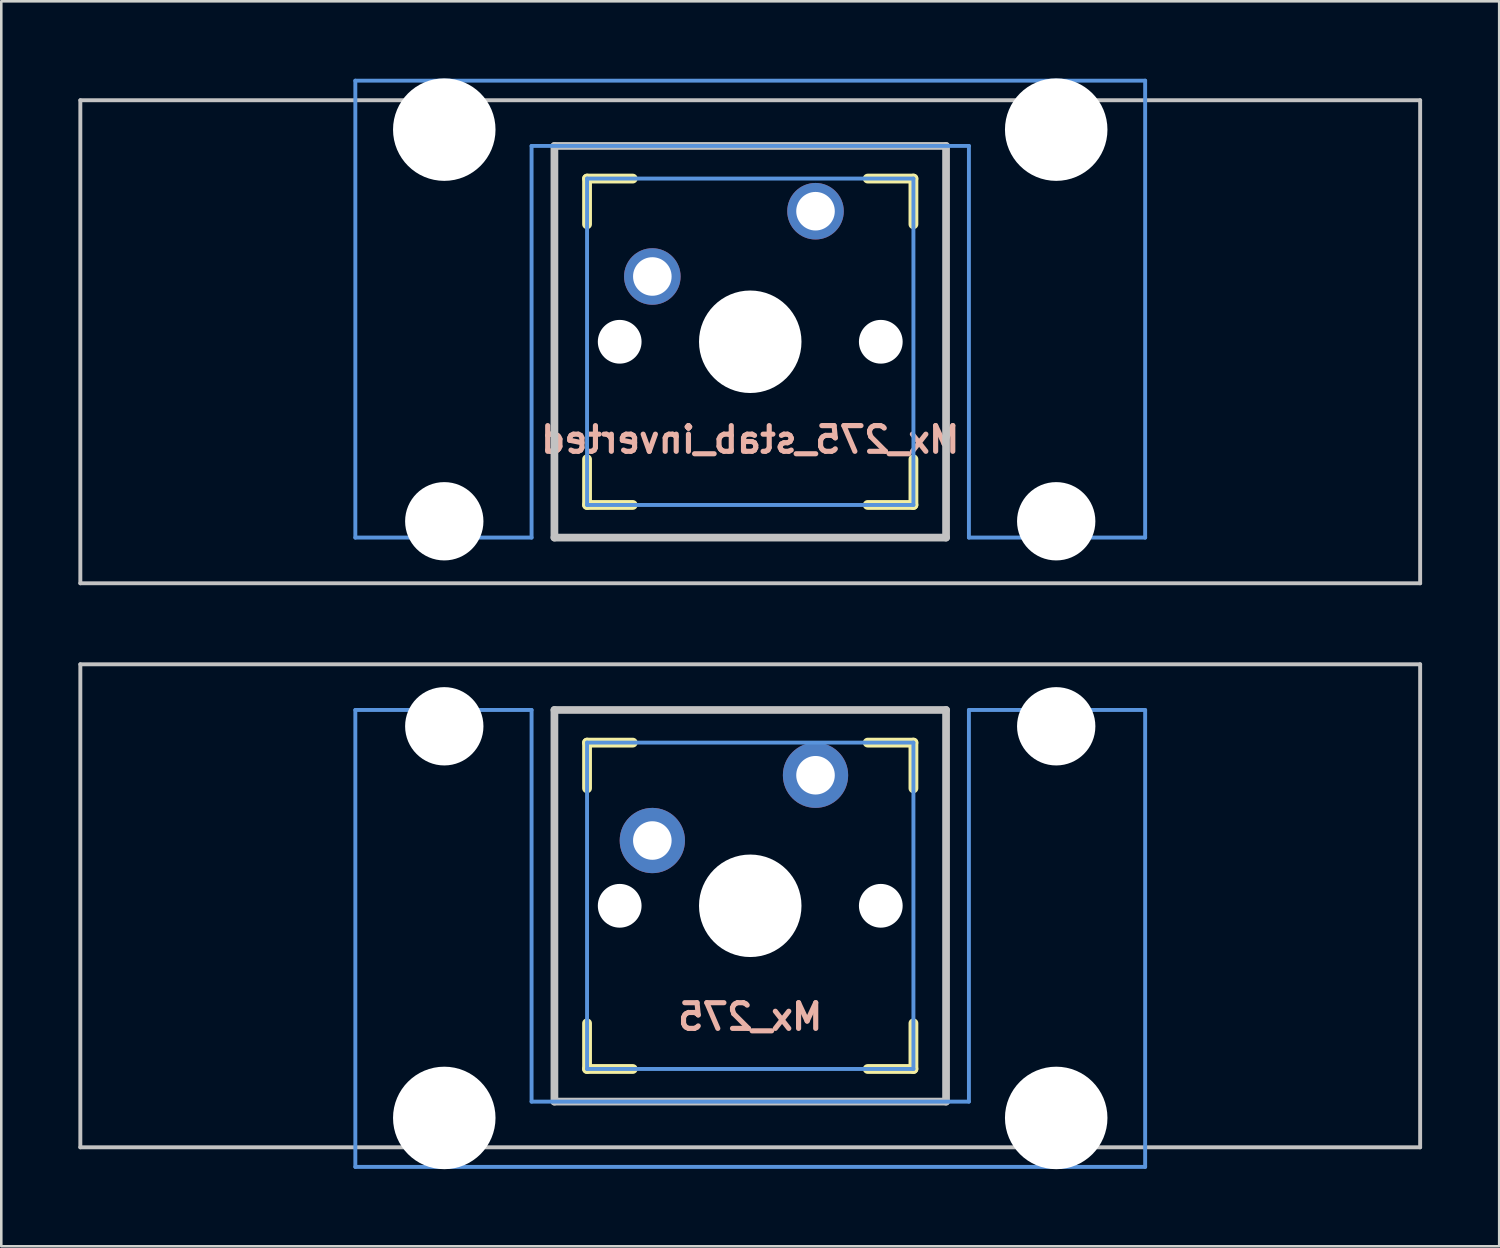
<source format=kicad_pcb>
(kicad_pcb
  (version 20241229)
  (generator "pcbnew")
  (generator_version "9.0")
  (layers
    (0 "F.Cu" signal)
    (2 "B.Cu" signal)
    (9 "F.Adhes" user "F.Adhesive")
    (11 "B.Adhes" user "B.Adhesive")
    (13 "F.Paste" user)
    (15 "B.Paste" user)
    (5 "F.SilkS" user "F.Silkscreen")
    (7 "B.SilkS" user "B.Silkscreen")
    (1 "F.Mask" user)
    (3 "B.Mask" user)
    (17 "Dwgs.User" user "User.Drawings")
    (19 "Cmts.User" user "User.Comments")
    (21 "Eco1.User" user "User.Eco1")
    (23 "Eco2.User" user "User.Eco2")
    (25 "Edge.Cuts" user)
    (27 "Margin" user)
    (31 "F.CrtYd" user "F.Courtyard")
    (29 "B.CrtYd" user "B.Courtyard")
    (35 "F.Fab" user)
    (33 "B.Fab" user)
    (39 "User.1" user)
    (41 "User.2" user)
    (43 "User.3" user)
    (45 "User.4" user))
  (footprint "Mx_275"
    (layer "F.Cu")
    (at 26.144 32.197)
    (property "Reference" "Mx_275" (at 0 4.318 0) (layer "B.SilkS") (effects (font (size 1 1) (thickness 0.2)) (justify mirror)))
    (attr through_hole)
    (fp_line (start -6.35 -6.35) (end -4.572 -6.35) (stroke (width 0.381) (type solid)) (layer "F.SilkS"))
    (fp_line (start -6.35 -4.572) (end -6.35 -6.35) (stroke (width 0.381) (type solid)) (layer "F.SilkS"))
    (fp_line (start -6.35 6.35) (end -6.35 4.572) (stroke (width 0.381) (type solid)) (layer "F.SilkS"))
    (fp_line (start -4.572 6.35) (end -6.35 6.35) (stroke (width 0.381) (type solid)) (layer "F.SilkS"))
    (fp_line (start 4.572 -6.35) (end 6.35 -6.35) (stroke (width 0.381) (type solid)) (layer "F.SilkS"))
    (fp_line (start 6.35 -6.35) (end 6.35 -4.572) (stroke (width 0.381) (type solid)) (layer "F.SilkS"))
    (fp_line (start 6.35 4.572) (end 6.35 6.35) (stroke (width 0.381) (type solid)) (layer "F.SilkS"))
    (fp_line (start 6.35 6.35) (end 4.572 6.35) (stroke (width 0.381) (type solid)) (layer "F.SilkS"))
    (fp_line (start -26.068 -9.398) (end 26.068 -9.398) (stroke (width 0.152) (type solid)) (layer "Dwgs.User"))
    (fp_line (start -26.068 9.398) (end -26.068 -9.398) (stroke (width 0.152) (type solid)) (layer "Dwgs.User"))
    (fp_line (start -7.62 -7.62) (end 7.62 -7.62) (stroke (width 0.3) (type solid)) (layer "Dwgs.User"))
    (fp_line (start -7.62 7.62) (end -7.62 -7.62) (stroke (width 0.3) (type solid)) (layer "Dwgs.User"))
    (fp_line (start 7.62 -7.62) (end 7.62 7.62) (stroke (width 0.3) (type solid)) (layer "Dwgs.User"))
    (fp_line (start 7.62 7.62) (end -7.62 7.62) (stroke (width 0.3) (type solid)) (layer "Dwgs.User"))
    (fp_line (start 26.068 -9.398) (end 26.068 9.398) (stroke (width 0.152) (type solid)) (layer "Dwgs.User"))
    (fp_line (start 26.068 9.398) (end -26.068 9.398) (stroke (width 0.152) (type solid)) (layer "Dwgs.User"))
    (fp_line (start -15.367 -7.62) (end -15.367 10.16) (stroke (width 0.152) (type solid)) (layer "Cmts.User"))
    (fp_line (start -15.367 10.16) (end 15.367 10.16) (stroke (width 0.152) (type solid)) (layer "Cmts.User"))
    (fp_line (start -8.509 -7.62) (end -15.367 -7.62) (stroke (width 0.152) (type solid)) (layer "Cmts.User"))
    (fp_line (start -8.509 7.62) (end -8.509 -7.62) (stroke (width 0.152) (type solid)) (layer "Cmts.User"))
    (fp_line (start -6.35 -6.35) (end 6.35 -6.35) (stroke (width 0.152) (type solid)) (layer "Cmts.User"))
    (fp_line (start -6.35 6.35) (end -6.35 -6.35) (stroke (width 0.152) (type solid)) (layer "Cmts.User"))
    (fp_line (start 6.35 -6.35) (end 6.35 6.35) (stroke (width 0.152) (type solid)) (layer "Cmts.User"))
    (fp_line (start 6.35 6.35) (end -6.35 6.35) (stroke (width 0.152) (type solid)) (layer "Cmts.User"))
    (fp_line (start 8.509 -7.62) (end 8.509 7.62) (stroke (width 0.152) (type solid)) (layer "Cmts.User"))
    (fp_line (start 8.509 7.62) (end -8.509 7.62) (stroke (width 0.152) (type solid)) (layer "Cmts.User"))
    (fp_line (start 15.367 -7.62) (end 8.509 -7.62) (stroke (width 0.152) (type solid)) (layer "Cmts.User"))
    (fp_line (start 15.367 10.16) (end 15.367 -7.62) (stroke (width 0.152) (type solid)) (layer "Cmts.User"))
    (fp_line (start -16.129 -2.286) (end -15.265 -2.286) (stroke (width 0.152) (type solid)) (layer "Eco2.User"))
    (fp_line (start -16.129 0.508) (end -16.129 -2.286) (stroke (width 0.152) (type solid)) (layer "Eco2.User"))
    (fp_line (start -15.265 -5.69) (end -8.611 -5.69) (stroke (width 0.152) (type solid)) (layer "Eco2.User"))
    (fp_line (start -15.265 -2.286) (end -15.265 -5.69) (stroke (width 0.152) (type solid)) (layer "Eco2.User"))
    (fp_line (start -15.265 0.508) (end -16.129 0.508) (stroke (width 0.152) (type solid)) (layer "Eco2.User"))
    (fp_line (start -15.265 6.604) (end -15.265 0.508) (stroke (width 0.152) (type solid)) (layer "Eco2.User"))
    (fp_line (start -14.224 6.604) (end -15.265 6.604) (stroke (width 0.152) (type solid)) (layer "Eco2.User"))
    (fp_line (start -14.224 7.772) (end -14.224 6.604) (stroke (width 0.152) (type solid)) (layer "Eco2.User"))
    (fp_line (start -9.652 6.604) (end -9.652 7.772) (stroke (width 0.152) (type solid)) (layer "Eco2.User"))
    (fp_line (start -9.652 7.772) (end -14.224 7.772) (stroke (width 0.152) (type solid)) (layer "Eco2.User"))
    (fp_line (start -8.611 -5.69) (end -8.611 -4.877) (stroke (width 0.152) (type solid)) (layer "Eco2.User"))
    (fp_line (start -8.611 -4.877) (end -6.985 -4.877) (stroke (width 0.152) (type solid)) (layer "Eco2.User"))
    (fp_line (start -8.611 5.817) (end -8.611 6.604) (stroke (width 0.152) (type solid)) (layer "Eco2.User"))
    (fp_line (start -8.611 6.604) (end -9.652 6.604) (stroke (width 0.152) (type solid)) (layer "Eco2.User"))
    (fp_line (start -6.985 -6.985) (end 6.985 -6.985) (stroke (width 0.152) (type solid)) (layer "Eco2.User"))
    (fp_line (start -6.985 -6.985) (end 6.985 -6.985) (stroke (width 0.152) (type solid)) (layer "Eco2.User"))
    (fp_line (start -6.985 -4.877) (end -6.985 -6.985) (stroke (width 0.152) (type solid)) (layer "Eco2.User"))
    (fp_line (start -6.985 5.817) (end -8.611 5.817) (stroke (width 0.152) (type solid)) (layer "Eco2.User"))
    (fp_line (start -6.985 6.985) (end -6.985 -6.985) (stroke (width 0.152) (type solid)) (layer "Eco2.User"))
    (fp_line (start -6.985 6.985) (end -6.985 5.817) (stroke (width 0.152) (type solid)) (layer "Eco2.User"))
    (fp_line (start 6.985 -6.985) (end 6.985 -4.877) (stroke (width 0.152) (type solid)) (layer "Eco2.User"))
    (fp_line (start 6.985 -6.985) (end 6.985 6.985) (stroke (width 0.152) (type solid)) (layer "Eco2.User"))
    (fp_line (start 6.985 -4.877) (end 8.611 -4.877) (stroke (width 0.152) (type solid)) (layer "Eco2.User"))
    (fp_line (start 6.985 5.817) (end 6.985 6.985) (stroke (width 0.152) (type solid)) (layer "Eco2.User"))
    (fp_line (start 6.985 6.985) (end -6.985 6.985) (stroke (width 0.152) (type solid)) (layer "Eco2.User"))
    (fp_line (start 6.985 6.985) (end -6.985 6.985) (stroke (width 0.152) (type solid)) (layer "Eco2.User"))
    (fp_line (start 8.611 -5.69) (end 15.265 -5.69) (stroke (width 0.152) (type solid)) (layer "Eco2.User"))
    (fp_line (start 8.611 -4.877) (end 8.611 -5.69) (stroke (width 0.152) (type solid)) (layer "Eco2.User"))
    (fp_line (start 8.611 5.817) (end 6.985 5.817) (stroke (width 0.152) (type solid)) (layer "Eco2.User"))
    (fp_line (start 8.611 6.604) (end 8.611 5.817) (stroke (width 0.152) (type solid)) (layer "Eco2.User"))
    (fp_line (start 9.652 6.604) (end 8.611 6.604) (stroke (width 0.152) (type solid)) (layer "Eco2.User"))
    (fp_line (start 9.652 7.772) (end 9.652 6.604) (stroke (width 0.152) (type solid)) (layer "Eco2.User"))
    (fp_line (start 14.224 6.604) (end 14.224 7.772) (stroke (width 0.152) (type solid)) (layer "Eco2.User"))
    (fp_line (start 14.224 7.772) (end 9.652 7.772) (stroke (width 0.152) (type solid)) (layer "Eco2.User"))
    (fp_line (start 15.265 -5.69) (end 15.265 -2.286) (stroke (width 0.152) (type solid)) (layer "Eco2.User"))
    (fp_line (start 15.265 -2.286) (end 16.129 -2.286) (stroke (width 0.152) (type solid)) (layer "Eco2.User"))
    (fp_line (start 15.265 0.508) (end 15.265 6.604) (stroke (width 0.152) (type solid)) (layer "Eco2.User"))
    (fp_line (start 15.265 6.604) (end 14.224 6.604) (stroke (width 0.152) (type solid)) (layer "Eco2.User"))
    (fp_line (start 16.129 -2.286) (end 16.129 0.508) (stroke (width 0.152) (type solid)) (layer "Eco2.User"))
    (fp_line (start 16.129 0.508) (end 15.265 0.508) (stroke (width 0.152) (type solid)) (layer "Eco2.User"))
    (pad "" np_thru_hole circle (at -11.906 -6.985) (size 3.048 3.048) (drill 3.048) (layers "*.Cu" "*.Mask"))
    (pad "" np_thru_hole circle (at -11.906 8.255) (size 3.988 3.988) (drill 3.988) (layers "*.Cu" "*.Mask"))
    (pad "" np_thru_hole circle (at -5.08 0) (size 1.702 1.702) (drill 1.702) (layers "*.Cu" "*.Mask"))
    (pad "" np_thru_hole circle (at 0 0) (size 3.988 3.988) (drill 3.988) (layers "*.Cu" "*.Mask"))
    (pad "" np_thru_hole circle (at 5.08 0) (size 1.702 1.702) (drill 1.702) (layers "*.Cu" "*.Mask"))
    (pad "" np_thru_hole circle (at 11.906 -6.985) (size 3.048 3.048) (drill 3.048) (layers "*.Cu" "*.Mask"))
    (pad "" np_thru_hole circle (at 11.906 8.255) (size 3.988 3.988) (drill 3.988) (layers "*.Cu" "*.Mask"))
    (pad "1" thru_hole circle (at 2.54 -5.08) (size 2.54 2.54) (drill 1.5) (layers "*.Cu" "*.Mask"))
    (pad "2" thru_hole circle (at -3.81 -2.54) (size 2.54 2.54) (drill 1.5) (layers "*.Cu" "*.Mask")))
  (footprint "Mx_275_stab_inverted"
    (layer "F.Cu")
    (at 26.144 10.249)
    (property "Reference" "Mx_275_stab_inverted" (at 0 3.81 180) (layer "B.SilkS") (effects (font (size 1 1) (thickness 0.2)) (justify mirror)))
    (attr through_hole)
    (fp_line (start -6.35 -6.35) (end -4.572 -6.35) (stroke (width 0.381) (type solid)) (layer "F.SilkS"))
    (fp_line (start -6.35 -4.572) (end -6.35 -6.35) (stroke (width 0.381) (type solid)) (layer "F.SilkS"))
    (fp_line (start -6.35 6.35) (end -6.35 4.572) (stroke (width 0.381) (type solid)) (layer "F.SilkS"))
    (fp_line (start -4.572 6.35) (end -6.35 6.35) (stroke (width 0.381) (type solid)) (layer "F.SilkS"))
    (fp_line (start 4.572 -6.35) (end 6.35 -6.35) (stroke (width 0.381) (type solid)) (layer "F.SilkS"))
    (fp_line (start 6.35 -6.35) (end 6.35 -4.572) (stroke (width 0.381) (type solid)) (layer "F.SilkS"))
    (fp_line (start 6.35 4.572) (end 6.35 6.35) (stroke (width 0.381) (type solid)) (layer "F.SilkS"))
    (fp_line (start 6.35 6.35) (end 4.572 6.35) (stroke (width 0.381) (type solid)) (layer "F.SilkS"))
    (fp_line (start -26.068 -9.398) (end 26.068 -9.398) (stroke (width 0.152) (type solid)) (layer "Dwgs.User"))
    (fp_line (start -26.068 9.398) (end -26.068 -9.398) (stroke (width 0.152) (type solid)) (layer "Dwgs.User"))
    (fp_line (start -7.62 -7.62) (end 7.62 -7.62) (stroke (width 0.3) (type solid)) (layer "Dwgs.User"))
    (fp_line (start -7.62 7.62) (end -7.62 -7.62) (stroke (width 0.3) (type solid)) (layer "Dwgs.User"))
    (fp_line (start 7.62 -7.62) (end 7.62 7.62) (stroke (width 0.3) (type solid)) (layer "Dwgs.User"))
    (fp_line (start 7.62 7.62) (end -7.62 7.62) (stroke (width 0.3) (type solid)) (layer "Dwgs.User"))
    (fp_line (start 26.068 -9.398) (end 26.068 9.398) (stroke (width 0.152) (type solid)) (layer "Dwgs.User"))
    (fp_line (start 26.068 9.398) (end -26.068 9.398) (stroke (width 0.152) (type solid)) (layer "Dwgs.User"))
    (fp_line (start -15.367 -10.16) (end -15.367 7.62) (stroke (width 0.152) (type solid)) (layer "Cmts.User"))
    (fp_line (start -15.367 7.62) (end -8.509 7.62) (stroke (width 0.152) (type solid)) (layer "Cmts.User"))
    (fp_line (start -8.509 -7.62) (end 8.509 -7.62) (stroke (width 0.152) (type solid)) (layer "Cmts.User"))
    (fp_line (start -8.509 7.62) (end -8.509 -7.62) (stroke (width 0.152) (type solid)) (layer "Cmts.User"))
    (fp_line (start -6.35 -6.35) (end 6.35 -6.35) (stroke (width 0.152) (type solid)) (layer "Cmts.User"))
    (fp_line (start -6.35 6.35) (end -6.35 -6.35) (stroke (width 0.152) (type solid)) (layer "Cmts.User"))
    (fp_line (start 6.35 -6.35) (end 6.35 6.35) (stroke (width 0.152) (type solid)) (layer "Cmts.User"))
    (fp_line (start 6.35 6.35) (end -6.35 6.35) (stroke (width 0.152) (type solid)) (layer "Cmts.User"))
    (fp_line (start 8.509 -7.62) (end 8.509 7.62) (stroke (width 0.152) (type solid)) (layer "Cmts.User"))
    (fp_line (start 8.509 7.62) (end 15.367 7.62) (stroke (width 0.152) (type solid)) (layer "Cmts.User"))
    (fp_line (start 15.367 -10.16) (end -15.367 -10.16) (stroke (width 0.152) (type solid)) (layer "Cmts.User"))
    (fp_line (start 15.367 7.62) (end 15.367 -10.16) (stroke (width 0.152) (type solid)) (layer "Cmts.User"))
    (fp_line (start -16.129 -0.508) (end -15.265 -0.508) (stroke (width 0.152) (type solid)) (layer "Eco2.User"))
    (fp_line (start -16.129 2.286) (end -16.129 -0.508) (stroke (width 0.152) (type solid)) (layer "Eco2.User"))
    (fp_line (start -15.265 -6.604) (end -14.224 -6.604) (stroke (width 0.152) (type solid)) (layer "Eco2.User"))
    (fp_line (start -15.265 -0.508) (end -15.265 -6.604) (stroke (width 0.152) (type solid)) (layer "Eco2.User"))
    (fp_line (start -15.265 2.286) (end -16.129 2.286) (stroke (width 0.152) (type solid)) (layer "Eco2.User"))
    (fp_line (start -15.265 5.69) (end -15.265 2.286) (stroke (width 0.152) (type solid)) (layer "Eco2.User"))
    (fp_line (start -14.224 -7.772) (end -9.652 -7.772) (stroke (width 0.152) (type solid)) (layer "Eco2.User"))
    (fp_line (start -14.224 -6.604) (end -14.224 -7.772) (stroke (width 0.152) (type solid)) (layer "Eco2.User"))
    (fp_line (start -9.652 -7.772) (end -9.652 -6.604) (stroke (width 0.152) (type solid)) (layer "Eco2.User"))
    (fp_line (start -9.652 -6.604) (end -8.611 -6.604) (stroke (width 0.152) (type solid)) (layer "Eco2.User"))
    (fp_line (start -8.611 -6.604) (end -8.611 -5.817) (stroke (width 0.152) (type solid)) (layer "Eco2.User"))
    (fp_line (start -8.611 -5.817) (end -6.985 -5.817) (stroke (width 0.152) (type solid)) (layer "Eco2.User"))
    (fp_line (start -8.611 4.877) (end -8.611 5.69) (stroke (width 0.152) (type solid)) (layer "Eco2.User"))
    (fp_line (start -8.611 5.69) (end -15.265 5.69) (stroke (width 0.152) (type solid)) (layer "Eco2.User"))
    (fp_line (start -6.985 -6.985) (end 6.985 -6.985) (stroke (width 0.152) (type solid)) (layer "Eco2.User"))
    (fp_line (start -6.985 -6.985) (end 6.985 -6.985) (stroke (width 0.152) (type solid)) (layer "Eco2.User"))
    (fp_line (start -6.985 -5.817) (end -6.985 -6.985) (stroke (width 0.152) (type solid)) (layer "Eco2.User"))
    (fp_line (start -6.985 4.877) (end -8.611 4.877) (stroke (width 0.152) (type solid)) (layer "Eco2.User"))
    (fp_line (start -6.985 6.985) (end -6.985 -6.985) (stroke (width 0.152) (type solid)) (layer "Eco2.User"))
    (fp_line (start -6.985 6.985) (end -6.985 4.877) (stroke (width 0.152) (type solid)) (layer "Eco2.User"))
    (fp_line (start 6.985 -6.985) (end 6.985 -5.817) (stroke (width 0.152) (type solid)) (layer "Eco2.User"))
    (fp_line (start 6.985 -6.985) (end 6.985 6.985) (stroke (width 0.152) (type solid)) (layer "Eco2.User"))
    (fp_line (start 6.985 -5.817) (end 8.611 -5.817) (stroke (width 0.152) (type solid)) (layer "Eco2.User"))
    (fp_line (start 6.985 4.877) (end 6.985 6.985) (stroke (width 0.152) (type solid)) (layer "Eco2.User"))
    (fp_line (start 6.985 6.985) (end -6.985 6.985) (stroke (width 0.152) (type solid)) (layer "Eco2.User"))
    (fp_line (start 6.985 6.985) (end -6.985 6.985) (stroke (width 0.152) (type solid)) (layer "Eco2.User"))
    (fp_line (start 8.611 -6.604) (end 9.652 -6.604) (stroke (width 0.152) (type solid)) (layer "Eco2.User"))
    (fp_line (start 8.611 -5.817) (end 8.611 -6.604) (stroke (width 0.152) (type solid)) (layer "Eco2.User"))
    (fp_line (start 8.611 4.877) (end 6.985 4.877) (stroke (width 0.152) (type solid)) (layer "Eco2.User"))
    (fp_line (start 8.611 5.69) (end 8.611 4.877) (stroke (width 0.152) (type solid)) (layer "Eco2.User"))
    (fp_line (start 9.652 -7.772) (end 14.224 -7.772) (stroke (width 0.152) (type solid)) (layer "Eco2.User"))
    (fp_line (start 9.652 -6.604) (end 9.652 -7.772) (stroke (width 0.152) (type solid)) (layer "Eco2.User"))
    (fp_line (start 14.224 -7.772) (end 14.224 -6.604) (stroke (width 0.152) (type solid)) (layer "Eco2.User"))
    (fp_line (start 14.224 -6.604) (end 15.265 -6.604) (stroke (width 0.152) (type solid)) (layer "Eco2.User"))
    (fp_line (start 15.265 -6.604) (end 15.265 -0.508) (stroke (width 0.152) (type solid)) (layer "Eco2.User"))
    (fp_line (start 15.265 -0.508) (end 16.129 -0.508) (stroke (width 0.152) (type solid)) (layer "Eco2.User"))
    (fp_line (start 15.265 2.286) (end 15.265 5.69) (stroke (width 0.152) (type solid)) (layer "Eco2.User"))
    (fp_line (start 15.265 5.69) (end 8.611 5.69) (stroke (width 0.152) (type solid)) (layer "Eco2.User"))
    (fp_line (start 16.129 -0.508) (end 16.129 2.286) (stroke (width 0.152) (type solid)) (layer "Eco2.User"))
    (fp_line (start 16.129 2.286) (end 15.265 2.286) (stroke (width 0.152) (type solid)) (layer "Eco2.User"))
    (pad "" np_thru_hole circle (at -11.906 -8.255 180) (size 3.988 3.988) (drill 3.988) (layers "*.Cu" "*.Mask"))
    (pad "" np_thru_hole circle (at -11.906 6.985 180) (size 3.048 3.048) (drill 3.048) (layers "*.Cu" "*.Mask"))
    (pad "" np_thru_hole circle (at -5.08 0 180) (size 1.702 1.702) (drill 1.702) (layers "*.Cu" "*.Mask"))
    (pad "" np_thru_hole circle (at 0 0 180) (size 3.988 3.988) (drill 3.988) (layers "*.Cu" "*.Mask"))
    (pad "" np_thru_hole circle (at 5.08 0 180) (size 1.702 1.702) (drill 1.702) (layers "*.Cu" "*.Mask"))
    (pad "" np_thru_hole circle (at 11.906 -8.255 180) (size 3.988 3.988) (drill 3.988) (layers "*.Cu" "*.Mask"))
    (pad "" np_thru_hole circle (at 11.906 6.985 180) (size 3.048 3.048) (drill 3.048) (layers "*.Cu" "*.Mask"))
    (pad "1" thru_hole circle (at 2.54 -5.08) (size 2.2 2.2) (drill 1.5) (layers "*.Cu" "*.Mask"))
    (pad "2" thru_hole circle (at -3.81 -2.54) (size 2.2 2.2) (drill 1.5) (layers "*.Cu" "*.Mask")))
  (gr_rect
    (start -3 -3)
    (end 55.288 45.446)
    (stroke (width 0.1) (type default))
    (fill no)
    (layer "Edge.Cuts")))
</source>
